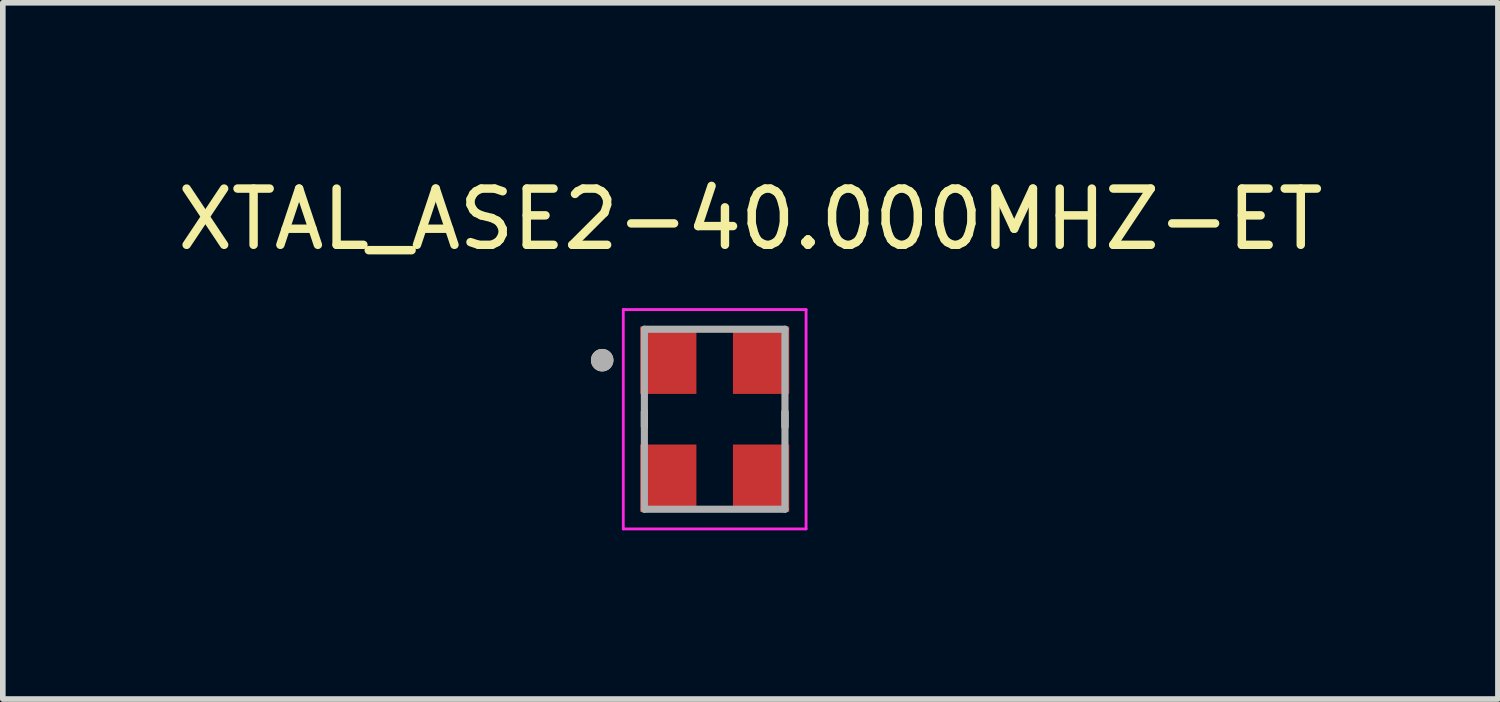
<source format=kicad_pcb>
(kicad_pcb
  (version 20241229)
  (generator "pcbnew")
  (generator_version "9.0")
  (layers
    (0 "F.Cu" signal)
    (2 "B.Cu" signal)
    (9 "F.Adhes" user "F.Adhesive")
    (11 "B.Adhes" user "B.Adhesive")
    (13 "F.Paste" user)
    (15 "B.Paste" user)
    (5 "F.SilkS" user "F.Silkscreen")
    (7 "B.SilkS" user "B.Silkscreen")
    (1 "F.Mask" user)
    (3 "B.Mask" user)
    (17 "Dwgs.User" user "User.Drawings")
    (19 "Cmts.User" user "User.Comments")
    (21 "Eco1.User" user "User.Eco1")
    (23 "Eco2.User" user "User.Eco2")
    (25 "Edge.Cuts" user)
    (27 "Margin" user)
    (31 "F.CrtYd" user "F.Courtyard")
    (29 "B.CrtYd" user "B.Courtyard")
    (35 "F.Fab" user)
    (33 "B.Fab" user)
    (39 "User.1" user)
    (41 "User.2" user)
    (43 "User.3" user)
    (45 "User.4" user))
  (footprint "XTAL_ASE2-40.000MHZ-ET"
    (layer "F.Cu")
    (at 9.657 4.404)
    (property "Reference" "XTAL_ASE2-40.000MHZ-ET" (at 0.635 -3.556 0) (layer "F.SilkS") (effects (font (size 1 1) (thickness 0.15))))
    (attr smd)
    (fp_line (start -1.25 -0.13) (end -1.25 0.13) (stroke (width 0.127) (type solid)) (layer "F.SilkS"))
    (fp_line (start 1.25 0.13) (end 1.25 -0.13) (stroke (width 0.127) (type solid)) (layer "F.SilkS"))
    (fp_circle (center -2 -1.05) (end -1.9 -1.05) (stroke (width 0.2) (type solid)) (fill no) (layer "F.SilkS"))
    (fp_line (start -1.625 -1.95) (end 1.625 -1.95) (stroke (width 0.05) (type solid)) (layer "F.CrtYd"))
    (fp_line (start -1.625 1.95) (end -1.625 -1.95) (stroke (width 0.05) (type solid)) (layer "F.CrtYd"))
    (fp_line (start 1.625 -1.95) (end 1.625 1.95) (stroke (width 0.05) (type solid)) (layer "F.CrtYd"))
    (fp_line (start 1.625 1.95) (end -1.625 1.95) (stroke (width 0.05) (type solid)) (layer "F.CrtYd"))
    (fp_line (start -1.25 -1.6) (end 1.25 -1.6) (stroke (width 0.127) (type solid)) (layer "F.Fab"))
    (fp_line (start -1.25 1.6) (end -1.25 -1.6) (stroke (width 0.127) (type solid)) (layer "F.Fab"))
    (fp_line (start 1.25 -1.6) (end 1.25 1.6) (stroke (width 0.127) (type solid)) (layer "F.Fab"))
    (fp_line (start 1.25 1.6) (end -1.25 1.6) (stroke (width 0.127) (type solid)) (layer "F.Fab"))
    (fp_circle (center -2 -1.05) (end -1.9 -1.05) (stroke (width 0.2) (type solid)) (fill no) (layer "F.Fab"))
    (pad "1" smd rect (at -0.825 -1.05) (size 1 1.2) (layers "F.Cu" "F.Mask" "F.Paste"))
    (pad "2" smd rect (at -0.825 1.05) (size 1 1.2) (layers "F.Cu" "F.Mask" "F.Paste"))
    (pad "3" smd rect (at 0.825 1.05) (size 1 1.2) (layers "F.Cu" "F.Mask" "F.Paste"))
    (pad "4" smd rect (at 0.825 -1.05) (size 1 1.2) (layers "F.Cu" "F.Mask" "F.Paste")))
  (gr_rect
    (start -3 -3)
    (end 23.583 9.379)
    (stroke (width 0.1) (type default))
    (fill no)
    (layer "Edge.Cuts")))
</source>
